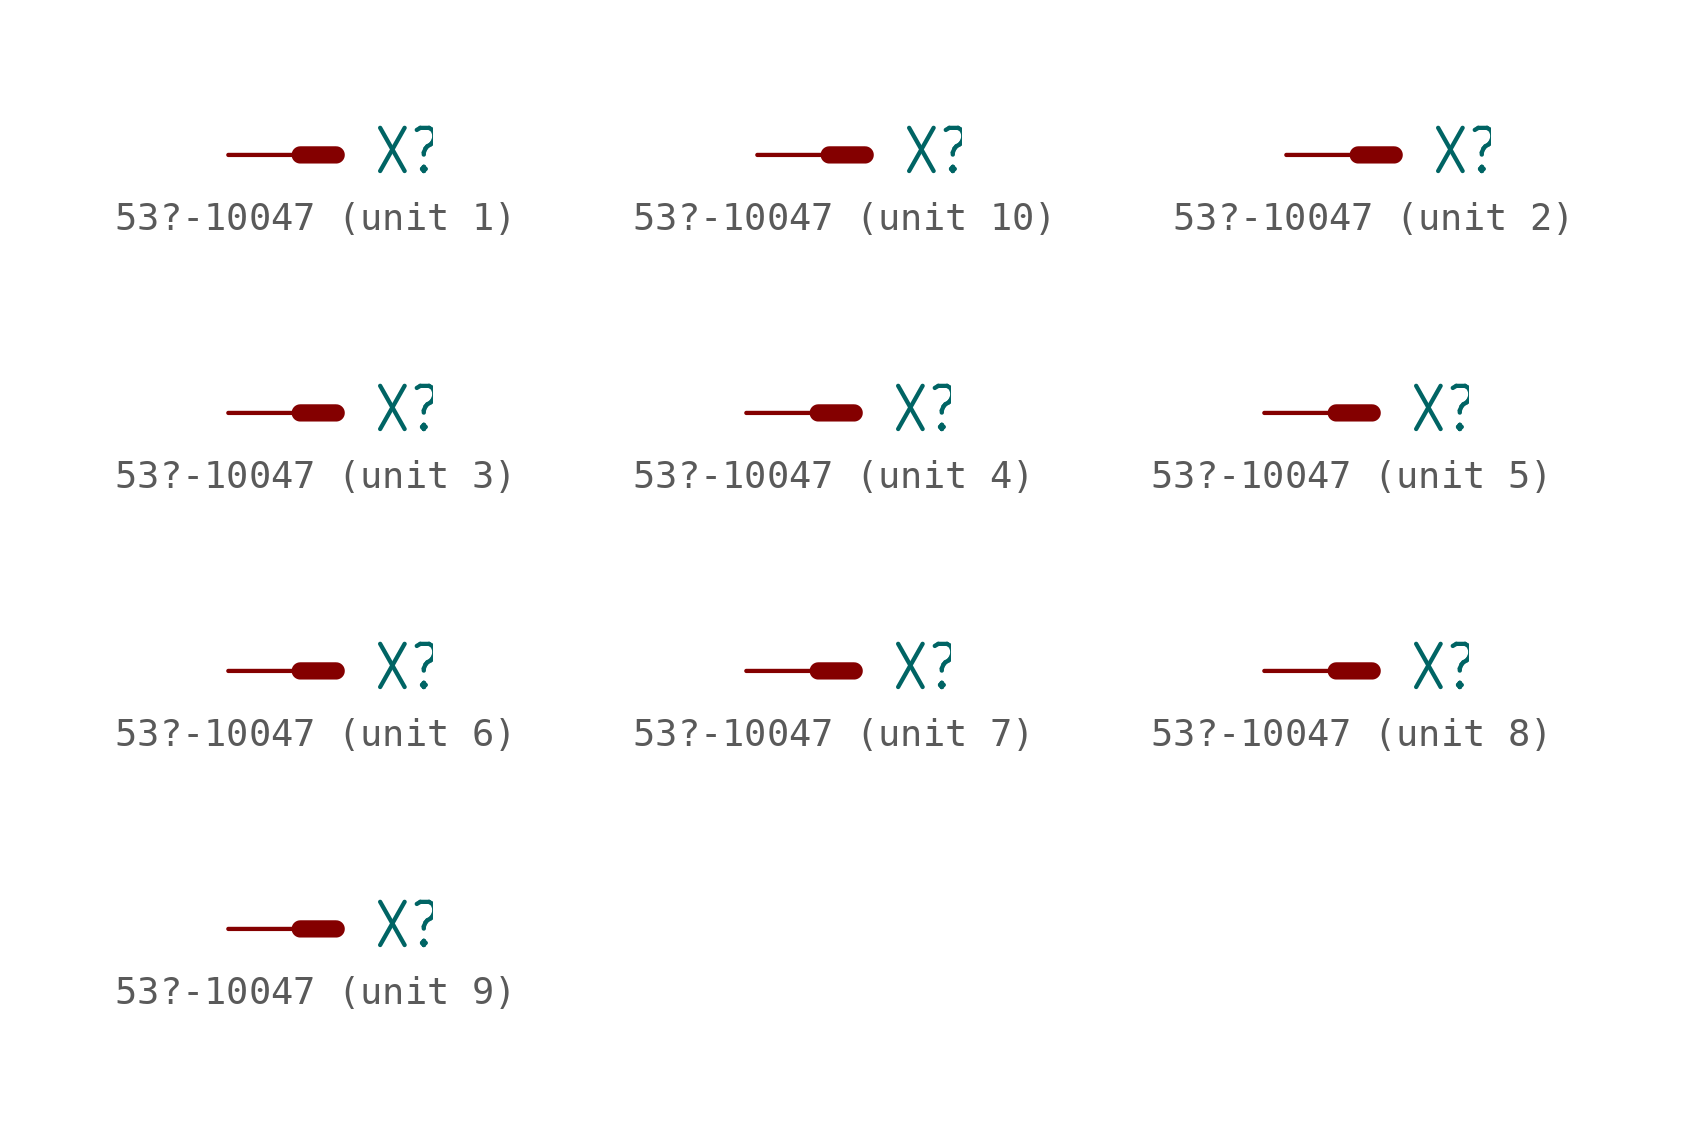
<source format=kicad_sym>
(kicad_symbol_lib
  (version 20220914)
  (generator kicad_symbol_editor)
  (symbol "53?-10047"
    (property "Reference" "X"
      (at 2.54 -0.762 0)
      (effects (font (size 1.524 1.295)) (justify left bottom)))
    (property "ki_locked" ""
      (at 0 0 0)
      (effects (font (size 1.27 1.27))))
    (symbol "53?-10047_1_0"
      (polyline (pts (xy 1.27 0) (xy 0 0)) (stroke (width 0.61) (type solid)) (fill (type none)))
      (pin passive line (at -2.54 0 0) (length 2.54) (name "S" (effects (font (size 0 0)))) (number "1" (effects (font (size 0 0))))))
    (symbol "53?-10047_2_0"
      (polyline (pts (xy 1.27 0) (xy 0 0)) (stroke (width 0.61) (type solid)) (fill (type none)))
      (pin passive line (at -2.54 0 0) (length 2.54) (name "S" (effects (font (size 0 0)))) (number "2" (effects (font (size 0 0))))))
    (symbol "53?-10047_3_0"
      (polyline (pts (xy 1.27 0) (xy 0 0)) (stroke (width 0.61) (type solid)) (fill (type none)))
      (pin passive line (at -2.54 0 0) (length 2.54) (name "S" (effects (font (size 0 0)))) (number "3" (effects (font (size 0 0))))))
    (symbol "53?-10047_4_0"
      (polyline (pts (xy 1.27 0) (xy 0 0)) (stroke (width 0.61) (type solid)) (fill (type none)))
      (pin passive line (at -2.54 0 0) (length 2.54) (name "S" (effects (font (size 0 0)))) (number "4" (effects (font (size 0 0))))))
    (symbol "53?-10047_5_0"
      (polyline (pts (xy 1.27 0) (xy 0 0)) (stroke (width 0.61) (type solid)) (fill (type none)))
      (pin passive line (at -2.54 0 0) (length 2.54) (name "S" (effects (font (size 0 0)))) (number "5" (effects (font (size 0 0))))))
    (symbol "53?-10047_6_0"
      (polyline (pts (xy 1.27 0) (xy 0 0)) (stroke (width 0.61) (type solid)) (fill (type none)))
      (pin passive line (at -2.54 0 0) (length 2.54) (name "S" (effects (font (size 0 0)))) (number "6" (effects (font (size 0 0))))))
    (symbol "53?-10047_7_0"
      (polyline (pts (xy 1.27 0) (xy 0 0)) (stroke (width 0.61) (type solid)) (fill (type none)))
      (pin passive line (at -2.54 0 0) (length 2.54) (name "S" (effects (font (size 0 0)))) (number "7" (effects (font (size 0 0))))))
    (symbol "53?-10047_8_0"
      (polyline (pts (xy 1.27 0) (xy 0 0)) (stroke (width 0.61) (type solid)) (fill (type none)))
      (pin passive line (at -2.54 0 0) (length 2.54) (name "S" (effects (font (size 0 0)))) (number "8" (effects (font (size 0 0))))))
    (symbol "53?-10047_9_0"
      (polyline (pts (xy 1.27 0) (xy 0 0)) (stroke (width 0.61) (type solid)) (fill (type none)))
      (pin passive line (at -2.54 0 0) (length 2.54) (name "S" (effects (font (size 0 0)))) (number "9" (effects (font (size 0 0))))))
    (symbol "53?-10047_10_0"
      (polyline (pts (xy 1.27 0) (xy 0 0)) (stroke (width 0.61) (type solid)) (fill (type none)))
      (pin passive line (at -2.54 0 0) (length 2.54) (name "S" (effects (font (size 0 0)))) (number "10" (effects (font (size 0 0))))))))
</source>
